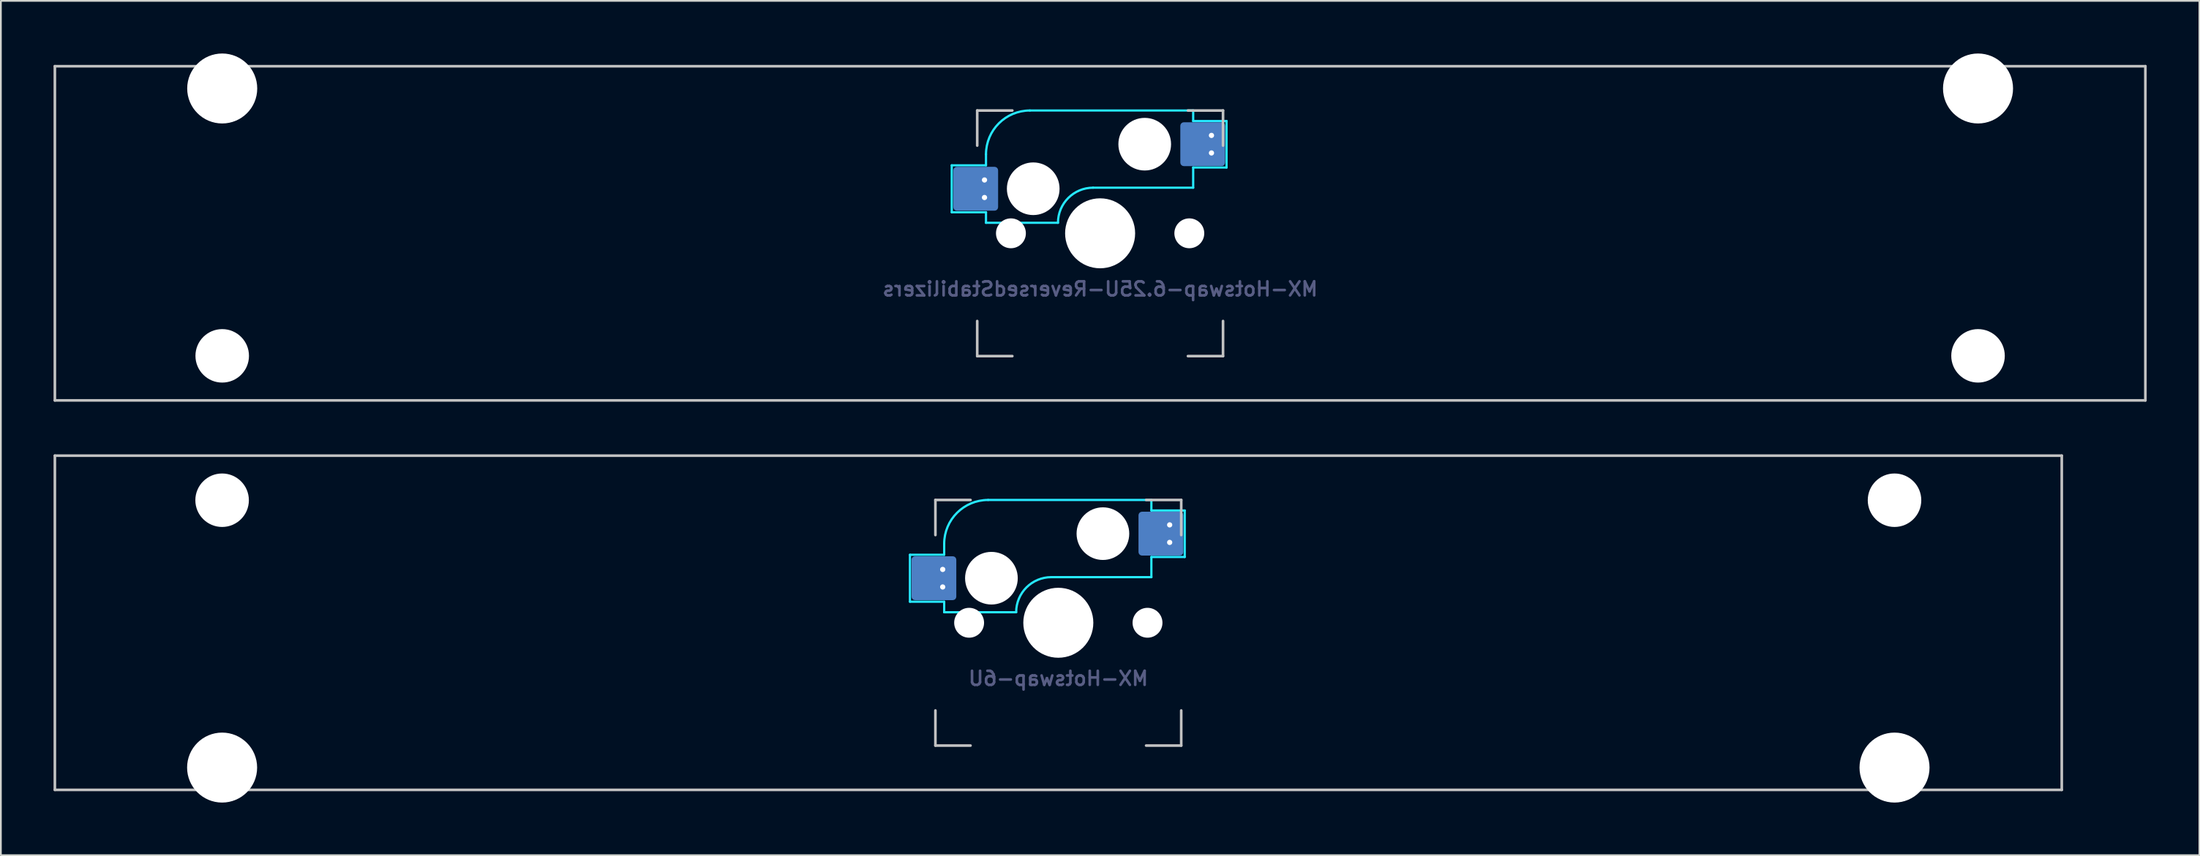
<source format=kicad_pcb>
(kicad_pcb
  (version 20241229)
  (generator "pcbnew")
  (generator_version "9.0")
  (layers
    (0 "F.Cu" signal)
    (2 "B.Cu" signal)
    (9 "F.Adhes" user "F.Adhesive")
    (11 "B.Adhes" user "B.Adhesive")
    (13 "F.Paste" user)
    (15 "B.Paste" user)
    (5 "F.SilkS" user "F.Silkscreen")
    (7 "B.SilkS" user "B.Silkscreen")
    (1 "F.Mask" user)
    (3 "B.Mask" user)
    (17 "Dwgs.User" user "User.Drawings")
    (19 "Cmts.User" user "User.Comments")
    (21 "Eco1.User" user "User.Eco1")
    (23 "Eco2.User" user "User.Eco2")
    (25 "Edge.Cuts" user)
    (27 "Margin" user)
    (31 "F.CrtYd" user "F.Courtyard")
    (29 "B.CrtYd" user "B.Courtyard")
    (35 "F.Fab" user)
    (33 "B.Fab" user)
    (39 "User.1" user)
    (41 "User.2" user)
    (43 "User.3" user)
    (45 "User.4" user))
  (footprint "MX-Hotswap-6.25U-ReversedStabilizers"
    (layer "F.Cu")
    (at 59.606 10.249)
    (property "Reference" "MX-Hotswap-6.25U-ReversedStabilizers" (at 0 3.175 0) (layer "B.Fab") (effects (font (size 0.8 0.8) (thickness 0.15)) (justify mirror)))
    (attr smd)
    (fp_line (start -59.531 9.525) (end -59.531 -9.525) (stroke (width 0.15) (type solid)) (layer "Dwgs.User"))
    (fp_line (start -7 -7) (end -7 -5) (stroke (width 0.15) (type solid)) (layer "Dwgs.User"))
    (fp_line (start -7 5) (end -7 7) (stroke (width 0.15) (type solid)) (layer "Dwgs.User"))
    (fp_line (start -7 7) (end -5 7) (stroke (width 0.15) (type solid)) (layer "Dwgs.User"))
    (fp_line (start -5 -7) (end -7 -7) (stroke (width 0.15) (type solid)) (layer "Dwgs.User"))
    (fp_line (start 5 -7) (end 7 -7) (stroke (width 0.15) (type solid)) (layer "Dwgs.User"))
    (fp_line (start 5 7) (end 7 7) (stroke (width 0.15) (type solid)) (layer "Dwgs.User"))
    (fp_line (start 7 -7) (end 7 -5) (stroke (width 0.15) (type solid)) (layer "Dwgs.User"))
    (fp_line (start 7 7) (end 7 5) (stroke (width 0.15) (type solid)) (layer "Dwgs.User"))
    (fp_line (start 59.531 -9.525) (end -59.531 -9.525) (stroke (width 0.15) (type solid)) (layer "Dwgs.User"))
    (fp_line (start 59.531 9.525) (end -59.531 9.525) (stroke (width 0.15) (type solid)) (layer "Dwgs.User"))
    (fp_line (start 59.531 9.525) (end 59.531 -9.525) (stroke (width 0.15) (type solid)) (layer "Dwgs.User"))
    (fp_line (start -8.45 -3.875) (end -8.45 -1.2) (stroke (width 0.127) (type solid)) (layer "B.CrtYd"))
    (fp_line (start -8.45 -1.2) (end -6.5 -1.2) (stroke (width 0.127) (type solid)) (layer "B.CrtYd"))
    (fp_line (start -6.5 -4.5) (end -6.5 -3.875) (stroke (width 0.127) (type solid)) (layer "B.CrtYd"))
    (fp_line (start -6.5 -3.875) (end -8.45 -3.875) (stroke (width 0.127) (type solid)) (layer "B.CrtYd"))
    (fp_line (start -6.5 -0.6) (end -6.5 -1.2) (stroke (width 0.127) (type solid)) (layer "B.CrtYd"))
    (fp_line (start -6.5 -0.6) (end -2.4 -0.6) (stroke (width 0.127) (type solid)) (layer "B.CrtYd"))
    (fp_line (start -0.4 -2.6) (end 5.3 -2.6) (stroke (width 0.127) (type solid)) (layer "B.CrtYd"))
    (fp_line (start 5.3 -7) (end -4 -7) (stroke (width 0.127) (type solid)) (layer "B.CrtYd"))
    (fp_line (start 5.3 -7) (end 5.3 -6.4) (stroke (width 0.127) (type solid)) (layer "B.CrtYd"))
    (fp_line (start 5.3 -6.4) (end 7.2 -6.4) (stroke (width 0.127) (type solid)) (layer "B.CrtYd"))
    (fp_line (start 5.3 -2.6) (end 5.3 -3.75) (stroke (width 0.127) (type solid)) (layer "B.CrtYd"))
    (fp_line (start 7.2 -6.4) (end 7.2 -3.75) (stroke (width 0.127) (type solid)) (layer "B.CrtYd"))
    (fp_line (start 7.2 -3.75) (end 5.3 -3.75) (stroke (width 0.127) (type solid)) (layer "B.CrtYd"))
    (fp_arc (start -6.5 -4.5) (mid -5.767767 -6.267767) (end -4 -7) (stroke (width 0.127) (type solid)) (layer "B.CrtYd"))
    (fp_arc (start -2.4 -0.6) (mid -1.814214 -2.014214) (end -0.4 -2.6) (stroke (width 0.127) (type solid)) (layer "B.CrtYd"))
    (pad "" np_thru_hole circle (at -50 -8.255) (size 3.988 3.988) (drill 3.988) (layers "*.Cu" "*.Mask"))
    (pad "" np_thru_hole circle (at -50 6.985) (size 3.048 3.048) (drill 3.048) (layers "*.Cu" "*.Mask"))
    (pad "" np_thru_hole circle (at -5.08 0 48.099) (size 1.702 1.702) (drill 1.702) (layers "*.Cu" "*.Mask"))
    (pad "" np_thru_hole circle (at -3.81 -2.54) (size 3 3) (drill 3) (layers "*.Cu" "*.Mask"))
    (pad "" np_thru_hole circle (at 0 0) (size 3.988 3.988) (drill 3.988) (layers "*.Cu" "*.Mask"))
    (pad "" np_thru_hole circle (at 2.54 -5.08) (size 3 3) (drill 3) (layers "*.Cu" "*.Mask"))
    (pad "" np_thru_hole circle (at 5.08 0 48.099) (size 1.702 1.702) (drill 1.702) (layers "*.Cu" "*.Mask"))
    (pad "" np_thru_hole circle (at 50 -8.255) (size 3.988 3.988) (drill 3.988) (layers "*.Cu" "*.Mask"))
    (pad "" np_thru_hole circle (at 50 6.985) (size 3.048 3.048) (drill 3.048) (layers "*.Cu" "*.Mask"))
    (pad "1" smd roundrect (at -7.085 -2.54) (size 2.55 2.5) (layers "B.Cu" "B.Mask" "B.Paste") (roundrect_rratio 0.08))
    (pad "1" thru_hole circle (at -6.585 -3.04) (size 0.6 0.6) (drill 0.3) (layers "*.Cu" "*.Mask"))
    (pad "1" thru_hole circle (at -6.585 -2.04) (size 0.6 0.6) (drill 0.3) (layers "*.Cu" "*.Mask"))
    (pad "2" smd roundrect (at 5.842 -5.08) (size 2.55 2.5) (layers "B.Cu" "B.Mask" "B.Paste") (roundrect_rratio 0.08))
    (pad "2" thru_hole circle (at 6.342 -5.58) (size 0.6 0.6) (drill 0.3) (layers "*.Cu" "*.Mask"))
    (pad "2" thru_hole circle (at 6.342 -4.58) (size 0.6 0.6) (drill 0.3) (layers "*.Cu" "*.Mask")))
  (footprint "MX-Hotswap-6U"
    (layer "F.Cu")
    (at 57.225 32.449)
    (property "Reference" "MX-Hotswap-6U" (at 0 3.175 0) (layer "B.Fab") (effects (font (size 0.8 0.8) (thickness 0.15)) (justify mirror)))
    (attr smd)
    (fp_line (start -57.15 9.525) (end -57.15 -9.525) (stroke (width 0.15) (type solid)) (layer "Dwgs.User"))
    (fp_line (start -7 -7) (end -7 -5) (stroke (width 0.15) (type solid)) (layer "Dwgs.User"))
    (fp_line (start -7 5) (end -7 7) (stroke (width 0.15) (type solid)) (layer "Dwgs.User"))
    (fp_line (start -7 7) (end -5 7) (stroke (width 0.15) (type solid)) (layer "Dwgs.User"))
    (fp_line (start -5 -7) (end -7 -7) (stroke (width 0.15) (type solid)) (layer "Dwgs.User"))
    (fp_line (start 5 -7) (end 7 -7) (stroke (width 0.15) (type solid)) (layer "Dwgs.User"))
    (fp_line (start 5 7) (end 7 7) (stroke (width 0.15) (type solid)) (layer "Dwgs.User"))
    (fp_line (start 7 -7) (end 7 -5) (stroke (width 0.15) (type solid)) (layer "Dwgs.User"))
    (fp_line (start 7 7) (end 7 5) (stroke (width 0.15) (type solid)) (layer "Dwgs.User"))
    (fp_line (start 57.15 -9.525) (end -57.15 -9.525) (stroke (width 0.15) (type solid)) (layer "Dwgs.User"))
    (fp_line (start 57.15 9.525) (end -57.15 9.525) (stroke (width 0.15) (type solid)) (layer "Dwgs.User"))
    (fp_line (start 57.15 9.525) (end 57.15 -9.525) (stroke (width 0.15) (type solid)) (layer "Dwgs.User"))
    (fp_line (start -8.45 -3.875) (end -8.45 -1.2) (stroke (width 0.127) (type solid)) (layer "B.CrtYd"))
    (fp_line (start -8.45 -1.2) (end -6.5 -1.2) (stroke (width 0.127) (type solid)) (layer "B.CrtYd"))
    (fp_line (start -6.5 -4.5) (end -6.5 -3.875) (stroke (width 0.127) (type solid)) (layer "B.CrtYd"))
    (fp_line (start -6.5 -3.875) (end -8.45 -3.875) (stroke (width 0.127) (type solid)) (layer "B.CrtYd"))
    (fp_line (start -6.5 -0.6) (end -6.5 -1.2) (stroke (width 0.127) (type solid)) (layer "B.CrtYd"))
    (fp_line (start -6.5 -0.6) (end -2.4 -0.6) (stroke (width 0.127) (type solid)) (layer "B.CrtYd"))
    (fp_line (start -0.4 -2.6) (end 5.3 -2.6) (stroke (width 0.127) (type solid)) (layer "B.CrtYd"))
    (fp_line (start 5.3 -7) (end -4 -7) (stroke (width 0.127) (type solid)) (layer "B.CrtYd"))
    (fp_line (start 5.3 -7) (end 5.3 -6.4) (stroke (width 0.127) (type solid)) (layer "B.CrtYd"))
    (fp_line (start 5.3 -6.4) (end 7.2 -6.4) (stroke (width 0.127) (type solid)) (layer "B.CrtYd"))
    (fp_line (start 5.3 -2.6) (end 5.3 -3.75) (stroke (width 0.127) (type solid)) (layer "B.CrtYd"))
    (fp_line (start 7.2 -6.4) (end 7.2 -3.75) (stroke (width 0.127) (type solid)) (layer "B.CrtYd"))
    (fp_line (start 7.2 -3.75) (end 5.3 -3.75) (stroke (width 0.127) (type solid)) (layer "B.CrtYd"))
    (fp_arc (start -6.5 -4.5) (mid -5.767767 -6.267767) (end -4 -7) (stroke (width 0.127) (type solid)) (layer "B.CrtYd"))
    (fp_arc (start -2.4 -0.6) (mid -1.814214 -2.014214) (end -0.4 -2.6) (stroke (width 0.127) (type solid)) (layer "B.CrtYd"))
    (pad "" np_thru_hole circle (at -47.625 -6.985) (size 3.048 3.048) (drill 3.048) (layers "*.Cu" "*.Mask"))
    (pad "" np_thru_hole circle (at -47.625 8.255) (size 3.988 3.988) (drill 3.988) (layers "*.Cu" "*.Mask"))
    (pad "" np_thru_hole circle (at -5.08 0 48.099) (size 1.702 1.702) (drill 1.702) (layers "*.Cu" "*.Mask"))
    (pad "" np_thru_hole circle (at -3.81 -2.54) (size 3 3) (drill 3) (layers "*.Cu" "*.Mask"))
    (pad "" np_thru_hole circle (at 0 0) (size 3.988 3.988) (drill 3.988) (layers "*.Cu" "*.Mask"))
    (pad "" np_thru_hole circle (at 2.54 -5.08) (size 3 3) (drill 3) (layers "*.Cu" "*.Mask"))
    (pad "" np_thru_hole circle (at 5.08 0 48.099) (size 1.702 1.702) (drill 1.702) (layers "*.Cu" "*.Mask"))
    (pad "" np_thru_hole circle (at 47.625 -6.985) (size 3.048 3.048) (drill 3.048) (layers "*.Cu" "*.Mask"))
    (pad "" np_thru_hole circle (at 47.625 8.255) (size 3.988 3.988) (drill 3.988) (layers "*.Cu" "*.Mask"))
    (pad "1" smd roundrect (at -7.085 -2.54) (size 2.55 2.5) (layers "B.Cu" "B.Mask" "B.Paste") (roundrect_rratio 0.08))
    (pad "1" thru_hole circle (at -6.585 -3.04) (size 0.6 0.6) (drill 0.3) (layers "*.Cu" "*.Mask"))
    (pad "1" thru_hole circle (at -6.585 -2.04) (size 0.6 0.6) (drill 0.3) (layers "*.Cu" "*.Mask"))
    (pad "2" smd roundrect (at 5.842 -5.08) (size 2.55 2.5) (layers "B.Cu" "B.Mask" "B.Paste") (roundrect_rratio 0.08))
    (pad "2" thru_hole circle (at 6.342 -5.58) (size 0.6 0.6) (drill 0.3) (layers "*.Cu" "*.Mask"))
    (pad "2" thru_hole circle (at 6.342 -4.58) (size 0.6 0.6) (drill 0.3) (layers "*.Cu" "*.Mask")))
  (gr_rect
    (start -3 -3)
    (end 122.213 45.698)
    (stroke (width 0.1) (type default))
    (fill no)
    (layer "Edge.Cuts")))
</source>
